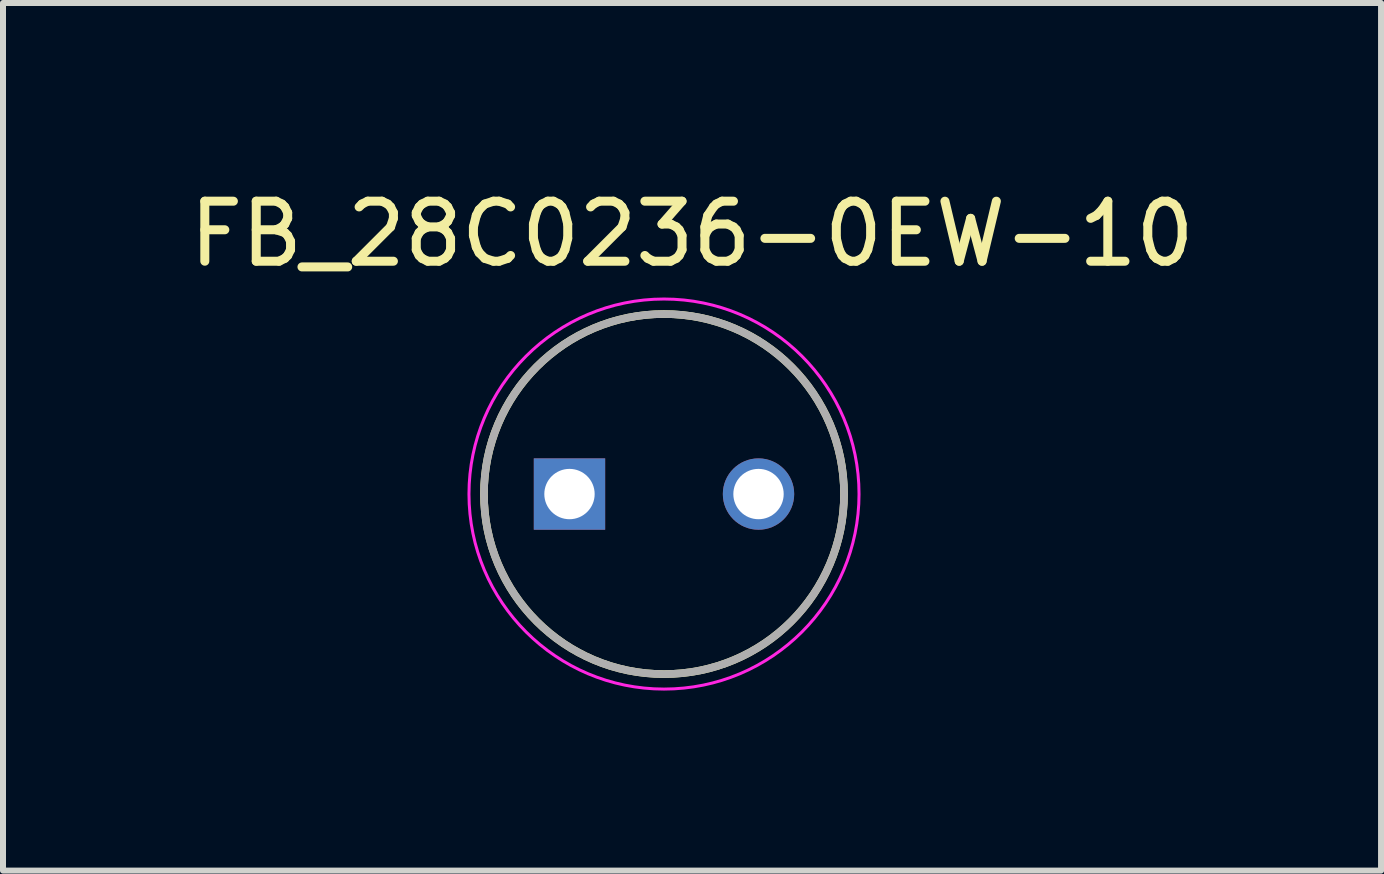
<source format=kicad_pcb>
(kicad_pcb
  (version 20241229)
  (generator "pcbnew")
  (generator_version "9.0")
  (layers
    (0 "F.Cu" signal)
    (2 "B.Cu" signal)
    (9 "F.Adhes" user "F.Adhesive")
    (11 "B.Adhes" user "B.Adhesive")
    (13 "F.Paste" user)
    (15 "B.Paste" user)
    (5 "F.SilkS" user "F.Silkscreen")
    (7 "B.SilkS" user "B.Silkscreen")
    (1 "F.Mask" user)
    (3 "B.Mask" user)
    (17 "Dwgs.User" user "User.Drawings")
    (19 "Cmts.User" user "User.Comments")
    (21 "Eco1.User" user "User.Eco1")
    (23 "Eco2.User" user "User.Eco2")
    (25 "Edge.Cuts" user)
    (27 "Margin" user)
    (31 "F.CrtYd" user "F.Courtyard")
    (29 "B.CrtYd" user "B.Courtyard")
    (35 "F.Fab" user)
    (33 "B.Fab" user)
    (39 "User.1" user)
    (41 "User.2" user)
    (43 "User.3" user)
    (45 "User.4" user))
  (footprint "FB_28C0236-0EW-10"
    (layer "F.Cu")
    (at 8.015 5.183)
    (property "Reference" "FB_28C0236-0EW-10" (at 0.467 -4.335 0) (layer "F.SilkS") (effects (font (size 1 1) (thickness 0.15))))
    (attr through_hole)
    (fp_circle (center 0 0) (end 3 0) (stroke (width 0.127) (type solid)) (fill no) (layer "F.SilkS"))
    (fp_circle (center 0 0) (end 3.25 0) (stroke (width 0.05) (type solid)) (fill no) (layer "F.CrtYd"))
    (fp_circle (center 0 0) (end 3 0) (stroke (width 0.127) (type solid)) (fill no) (layer "F.Fab"))
    (pad "1" thru_hole rect (at -1.575 0) (size 1.189 1.189) (drill 0.839) (layers "*.Cu" "*.Mask"))
    (pad "2" thru_hole circle (at 1.575 0) (size 1.189 1.189) (drill 0.839) (layers "*.Cu" "*.Mask")))
  (gr_rect
    (start -3 -3)
    (end 19.964 11.458)
    (stroke (width 0.1) (type default))
    (fill no)
    (layer "Edge.Cuts")))
</source>
